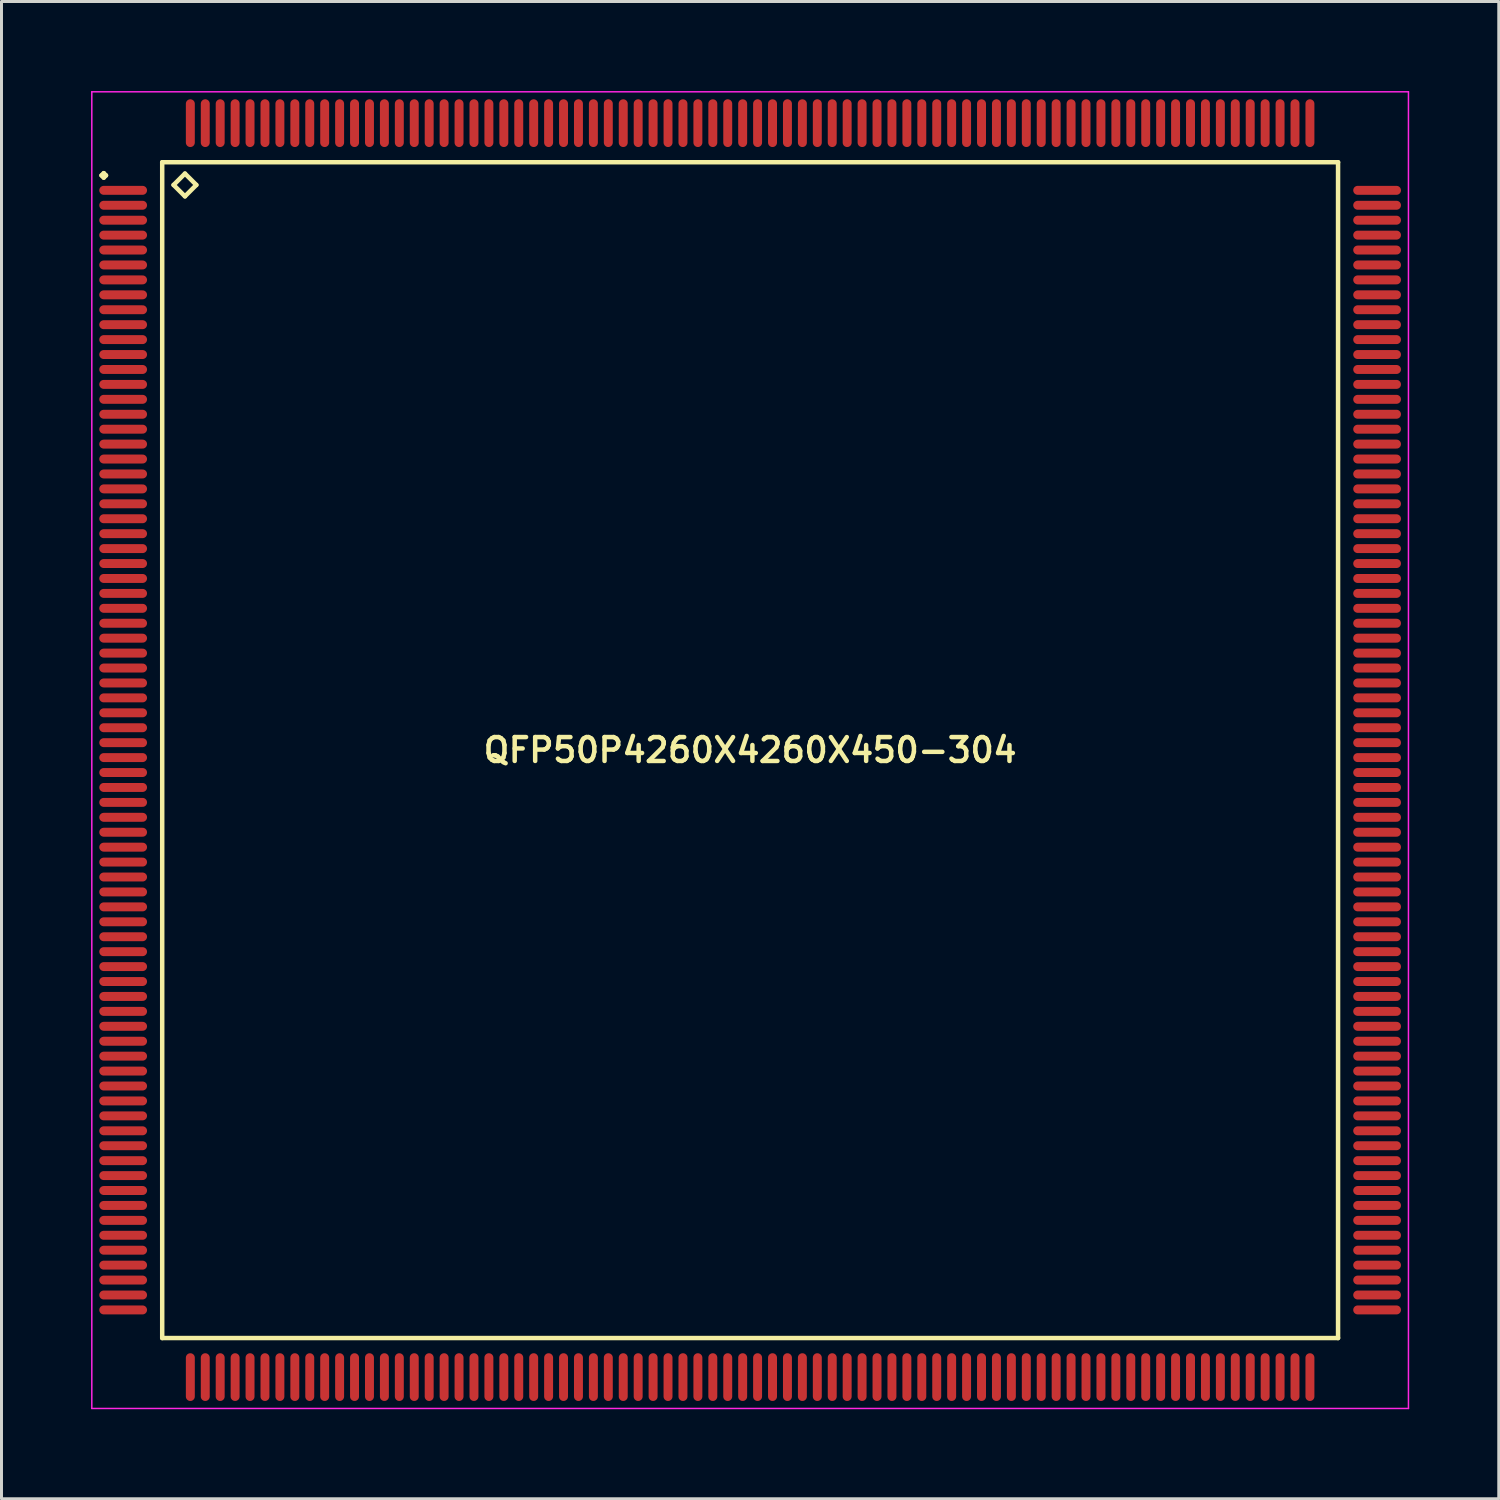
<source format=kicad_pcb>
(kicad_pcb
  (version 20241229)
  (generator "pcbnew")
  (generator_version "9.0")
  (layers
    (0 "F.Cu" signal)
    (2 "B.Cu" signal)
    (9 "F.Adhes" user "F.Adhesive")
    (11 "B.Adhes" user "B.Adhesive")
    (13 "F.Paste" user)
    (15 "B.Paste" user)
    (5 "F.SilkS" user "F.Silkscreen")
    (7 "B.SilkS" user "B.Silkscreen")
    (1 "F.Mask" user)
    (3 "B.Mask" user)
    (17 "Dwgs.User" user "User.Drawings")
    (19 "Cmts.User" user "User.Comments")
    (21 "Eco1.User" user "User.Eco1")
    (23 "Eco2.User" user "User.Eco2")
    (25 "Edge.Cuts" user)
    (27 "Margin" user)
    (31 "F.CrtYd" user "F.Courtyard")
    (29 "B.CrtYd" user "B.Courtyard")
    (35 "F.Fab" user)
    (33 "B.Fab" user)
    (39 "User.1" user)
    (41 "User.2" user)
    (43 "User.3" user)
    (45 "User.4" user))
  (footprint "QFP50P4260X4260X450-304"
    (layer "F.Cu")
    (at 22.075 22.075)
    (property "Reference" "QFP50P4260X4260X450-304" (at 0 0 0) (layer "F.SilkS") (effects (font (size 0.8 0.8) (thickness 0.15))))
    (attr smd)
    (fp_line (start -21.725 -19.25) (end -21.65 -19.325) (stroke (width 0.15) (type solid)) (layer "F.SilkS"))
    (fp_line (start -21.65 -19.325) (end -21.575 -19.25) (stroke (width 0.15) (type solid)) (layer "F.SilkS"))
    (fp_line (start -21.65 -19.175) (end -21.725 -19.25) (stroke (width 0.15) (type solid)) (layer "F.SilkS"))
    (fp_line (start -21.575 -19.25) (end -21.65 -19.175) (stroke (width 0.15) (type solid)) (layer "F.SilkS"))
    (fp_line (start -19.692 -19.692) (end -19.692 19.692) (stroke (width 0.15) (type solid)) (layer "F.SilkS"))
    (fp_line (start -19.692 19.692) (end 19.692 19.692) (stroke (width 0.15) (type solid)) (layer "F.SilkS"))
    (fp_line (start -19.311 -18.93) (end -18.93 -19.311) (stroke (width 0.15) (type solid)) (layer "F.SilkS"))
    (fp_line (start -18.93 -19.311) (end -18.549 -18.93) (stroke (width 0.15) (type solid)) (layer "F.SilkS"))
    (fp_line (start -18.93 -18.549) (end -19.311 -18.93) (stroke (width 0.15) (type solid)) (layer "F.SilkS"))
    (fp_line (start -18.549 -18.93) (end -18.93 -18.549) (stroke (width 0.15) (type solid)) (layer "F.SilkS"))
    (fp_line (start 19.692 -19.692) (end -19.692 -19.692) (stroke (width 0.15) (type solid)) (layer "F.SilkS"))
    (fp_line (start 19.692 19.692) (end 19.692 -19.692) (stroke (width 0.15) (type solid)) (layer "F.SilkS"))
    (fp_line (start -22.05 -22.05) (end 22.05 -22.05) (stroke (width 0.05) (type solid)) (layer "F.CrtYd"))
    (fp_line (start -22.05 22.05) (end -22.05 -22.05) (stroke (width 0.05) (type solid)) (layer "F.CrtYd"))
    (fp_line (start 22.05 -22.05) (end 22.05 22.05) (stroke (width 0.05) (type solid)) (layer "F.CrtYd"))
    (fp_line (start 22.05 22.05) (end -22.05 22.05) (stroke (width 0.05) (type solid)) (layer "F.CrtYd"))
    (pad "1" smd oval (at -21 -18.75) (size 1.6 0.3) (layers "F.Cu" "F.Mask" "F.Paste"))
    (pad "2" smd oval (at -21 -18.25) (size 1.6 0.3) (layers "F.Cu" "F.Mask" "F.Paste"))
    (pad "3" smd oval (at -21 -17.75) (size 1.6 0.3) (layers "F.Cu" "F.Mask" "F.Paste"))
    (pad "4" smd oval (at -21 -17.25) (size 1.6 0.3) (layers "F.Cu" "F.Mask" "F.Paste"))
    (pad "5" smd oval (at -21 -16.75) (size 1.6 0.3) (layers "F.Cu" "F.Mask" "F.Paste"))
    (pad "6" smd oval (at -21 -16.25) (size 1.6 0.3) (layers "F.Cu" "F.Mask" "F.Paste"))
    (pad "7" smd oval (at -21 -15.75) (size 1.6 0.3) (layers "F.Cu" "F.Mask" "F.Paste"))
    (pad "8" smd oval (at -21 -15.25) (size 1.6 0.3) (layers "F.Cu" "F.Mask" "F.Paste"))
    (pad "9" smd oval (at -21 -14.75) (size 1.6 0.3) (layers "F.Cu" "F.Mask" "F.Paste"))
    (pad "10" smd oval (at -21 -14.25) (size 1.6 0.3) (layers "F.Cu" "F.Mask" "F.Paste"))
    (pad "11" smd oval (at -21 -13.75) (size 1.6 0.3) (layers "F.Cu" "F.Mask" "F.Paste"))
    (pad "12" smd oval (at -21 -13.25) (size 1.6 0.3) (layers "F.Cu" "F.Mask" "F.Paste"))
    (pad "13" smd oval (at -21 -12.75) (size 1.6 0.3) (layers "F.Cu" "F.Mask" "F.Paste"))
    (pad "14" smd oval (at -21 -12.25) (size 1.6 0.3) (layers "F.Cu" "F.Mask" "F.Paste"))
    (pad "15" smd oval (at -21 -11.75) (size 1.6 0.3) (layers "F.Cu" "F.Mask" "F.Paste"))
    (pad "16" smd oval (at -21 -11.25) (size 1.6 0.3) (layers "F.Cu" "F.Mask" "F.Paste"))
    (pad "17" smd oval (at -21 -10.75) (size 1.6 0.3) (layers "F.Cu" "F.Mask" "F.Paste"))
    (pad "18" smd oval (at -21 -10.25) (size 1.6 0.3) (layers "F.Cu" "F.Mask" "F.Paste"))
    (pad "19" smd oval (at -21 -9.75) (size 1.6 0.3) (layers "F.Cu" "F.Mask" "F.Paste"))
    (pad "20" smd oval (at -21 -9.25) (size 1.6 0.3) (layers "F.Cu" "F.Mask" "F.Paste"))
    (pad "21" smd oval (at -21 -8.75) (size 1.6 0.3) (layers "F.Cu" "F.Mask" "F.Paste"))
    (pad "22" smd oval (at -21 -8.25) (size 1.6 0.3) (layers "F.Cu" "F.Mask" "F.Paste"))
    (pad "23" smd oval (at -21 -7.75) (size 1.6 0.3) (layers "F.Cu" "F.Mask" "F.Paste"))
    (pad "24" smd oval (at -21 -7.25) (size 1.6 0.3) (layers "F.Cu" "F.Mask" "F.Paste"))
    (pad "25" smd oval (at -21 -6.75) (size 1.6 0.3) (layers "F.Cu" "F.Mask" "F.Paste"))
    (pad "26" smd oval (at -21 -6.25) (size 1.6 0.3) (layers "F.Cu" "F.Mask" "F.Paste"))
    (pad "27" smd oval (at -21 -5.75) (size 1.6 0.3) (layers "F.Cu" "F.Mask" "F.Paste"))
    (pad "28" smd oval (at -21 -5.25) (size 1.6 0.3) (layers "F.Cu" "F.Mask" "F.Paste"))
    (pad "29" smd oval (at -21 -4.75) (size 1.6 0.3) (layers "F.Cu" "F.Mask" "F.Paste"))
    (pad "30" smd oval (at -21 -4.25) (size 1.6 0.3) (layers "F.Cu" "F.Mask" "F.Paste"))
    (pad "31" smd oval (at -21 -3.75) (size 1.6 0.3) (layers "F.Cu" "F.Mask" "F.Paste"))
    (pad "32" smd oval (at -21 -3.25) (size 1.6 0.3) (layers "F.Cu" "F.Mask" "F.Paste"))
    (pad "33" smd oval (at -21 -2.75) (size 1.6 0.3) (layers "F.Cu" "F.Mask" "F.Paste"))
    (pad "34" smd oval (at -21 -2.25) (size 1.6 0.3) (layers "F.Cu" "F.Mask" "F.Paste"))
    (pad "35" smd oval (at -21 -1.75) (size 1.6 0.3) (layers "F.Cu" "F.Mask" "F.Paste"))
    (pad "36" smd oval (at -21 -1.25) (size 1.6 0.3) (layers "F.Cu" "F.Mask" "F.Paste"))
    (pad "37" smd oval (at -21 -0.75) (size 1.6 0.3) (layers "F.Cu" "F.Mask" "F.Paste"))
    (pad "38" smd oval (at -21 -0.25) (size 1.6 0.3) (layers "F.Cu" "F.Mask" "F.Paste"))
    (pad "39" smd oval (at -21 0.25) (size 1.6 0.3) (layers "F.Cu" "F.Mask" "F.Paste"))
    (pad "40" smd oval (at -21 0.75) (size 1.6 0.3) (layers "F.Cu" "F.Mask" "F.Paste"))
    (pad "41" smd oval (at -21 1.25) (size 1.6 0.3) (layers "F.Cu" "F.Mask" "F.Paste"))
    (pad "42" smd oval (at -21 1.75) (size 1.6 0.3) (layers "F.Cu" "F.Mask" "F.Paste"))
    (pad "43" smd oval (at -21 2.25) (size 1.6 0.3) (layers "F.Cu" "F.Mask" "F.Paste"))
    (pad "44" smd oval (at -21 2.75) (size 1.6 0.3) (layers "F.Cu" "F.Mask" "F.Paste"))
    (pad "45" smd oval (at -21 3.25) (size 1.6 0.3) (layers "F.Cu" "F.Mask" "F.Paste"))
    (pad "46" smd oval (at -21 3.75) (size 1.6 0.3) (layers "F.Cu" "F.Mask" "F.Paste"))
    (pad "47" smd oval (at -21 4.25) (size 1.6 0.3) (layers "F.Cu" "F.Mask" "F.Paste"))
    (pad "48" smd oval (at -21 4.75) (size 1.6 0.3) (layers "F.Cu" "F.Mask" "F.Paste"))
    (pad "49" smd oval (at -21 5.25) (size 1.6 0.3) (layers "F.Cu" "F.Mask" "F.Paste"))
    (pad "50" smd oval (at -21 5.75) (size 1.6 0.3) (layers "F.Cu" "F.Mask" "F.Paste"))
    (pad "51" smd oval (at -21 6.25) (size 1.6 0.3) (layers "F.Cu" "F.Mask" "F.Paste"))
    (pad "52" smd oval (at -21 6.75) (size 1.6 0.3) (layers "F.Cu" "F.Mask" "F.Paste"))
    (pad "53" smd oval (at -21 7.25) (size 1.6 0.3) (layers "F.Cu" "F.Mask" "F.Paste"))
    (pad "54" smd oval (at -21 7.75) (size 1.6 0.3) (layers "F.Cu" "F.Mask" "F.Paste"))
    (pad "55" smd oval (at -21 8.25) (size 1.6 0.3) (layers "F.Cu" "F.Mask" "F.Paste"))
    (pad "56" smd oval (at -21 8.75) (size 1.6 0.3) (layers "F.Cu" "F.Mask" "F.Paste"))
    (pad "57" smd oval (at -21 9.25) (size 1.6 0.3) (layers "F.Cu" "F.Mask" "F.Paste"))
    (pad "58" smd oval (at -21 9.75) (size 1.6 0.3) (layers "F.Cu" "F.Mask" "F.Paste"))
    (pad "59" smd oval (at -21 10.25) (size 1.6 0.3) (layers "F.Cu" "F.Mask" "F.Paste"))
    (pad "60" smd oval (at -21 10.75) (size 1.6 0.3) (layers "F.Cu" "F.Mask" "F.Paste"))
    (pad "61" smd oval (at -21 11.25) (size 1.6 0.3) (layers "F.Cu" "F.Mask" "F.Paste"))
    (pad "62" smd oval (at -21 11.75) (size 1.6 0.3) (layers "F.Cu" "F.Mask" "F.Paste"))
    (pad "63" smd oval (at -21 12.25) (size 1.6 0.3) (layers "F.Cu" "F.Mask" "F.Paste"))
    (pad "64" smd oval (at -21 12.75) (size 1.6 0.3) (layers "F.Cu" "F.Mask" "F.Paste"))
    (pad "65" smd oval (at -21 13.25) (size 1.6 0.3) (layers "F.Cu" "F.Mask" "F.Paste"))
    (pad "66" smd oval (at -21 13.75) (size 1.6 0.3) (layers "F.Cu" "F.Mask" "F.Paste"))
    (pad "67" smd oval (at -21 14.25) (size 1.6 0.3) (layers "F.Cu" "F.Mask" "F.Paste"))
    (pad "68" smd oval (at -21 14.75) (size 1.6 0.3) (layers "F.Cu" "F.Mask" "F.Paste"))
    (pad "69" smd oval (at -21 15.25) (size 1.6 0.3) (layers "F.Cu" "F.Mask" "F.Paste"))
    (pad "70" smd oval (at -21 15.75) (size 1.6 0.3) (layers "F.Cu" "F.Mask" "F.Paste"))
    (pad "71" smd oval (at -21 16.25) (size 1.6 0.3) (layers "F.Cu" "F.Mask" "F.Paste"))
    (pad "72" smd oval (at -21 16.75) (size 1.6 0.3) (layers "F.Cu" "F.Mask" "F.Paste"))
    (pad "73" smd oval (at -21 17.25) (size 1.6 0.3) (layers "F.Cu" "F.Mask" "F.Paste"))
    (pad "74" smd oval (at -21 17.75) (size 1.6 0.3) (layers "F.Cu" "F.Mask" "F.Paste"))
    (pad "75" smd oval (at -21 18.25) (size 1.6 0.3) (layers "F.Cu" "F.Mask" "F.Paste"))
    (pad "76" smd oval (at -21 18.75) (size 1.6 0.3) (layers "F.Cu" "F.Mask" "F.Paste"))
    (pad "77" smd oval (at -18.75 21) (size 0.3 1.6) (layers "F.Cu" "F.Mask" "F.Paste"))
    (pad "78" smd oval (at -18.25 21) (size 0.3 1.6) (layers "F.Cu" "F.Mask" "F.Paste"))
    (pad "79" smd oval (at -17.75 21) (size 0.3 1.6) (layers "F.Cu" "F.Mask" "F.Paste"))
    (pad "80" smd oval (at -17.25 21) (size 0.3 1.6) (layers "F.Cu" "F.Mask" "F.Paste"))
    (pad "81" smd oval (at -16.75 21) (size 0.3 1.6) (layers "F.Cu" "F.Mask" "F.Paste"))
    (pad "82" smd oval (at -16.25 21) (size 0.3 1.6) (layers "F.Cu" "F.Mask" "F.Paste"))
    (pad "83" smd oval (at -15.75 21) (size 0.3 1.6) (layers "F.Cu" "F.Mask" "F.Paste"))
    (pad "84" smd oval (at -15.25 21) (size 0.3 1.6) (layers "F.Cu" "F.Mask" "F.Paste"))
    (pad "85" smd oval (at -14.75 21) (size 0.3 1.6) (layers "F.Cu" "F.Mask" "F.Paste"))
    (pad "86" smd oval (at -14.25 21) (size 0.3 1.6) (layers "F.Cu" "F.Mask" "F.Paste"))
    (pad "87" smd oval (at -13.75 21) (size 0.3 1.6) (layers "F.Cu" "F.Mask" "F.Paste"))
    (pad "88" smd oval (at -13.25 21) (size 0.3 1.6) (layers "F.Cu" "F.Mask" "F.Paste"))
    (pad "89" smd oval (at -12.75 21) (size 0.3 1.6) (layers "F.Cu" "F.Mask" "F.Paste"))
    (pad "90" smd oval (at -12.25 21) (size 0.3 1.6) (layers "F.Cu" "F.Mask" "F.Paste"))
    (pad "91" smd oval (at -11.75 21) (size 0.3 1.6) (layers "F.Cu" "F.Mask" "F.Paste"))
    (pad "92" smd oval (at -11.25 21) (size 0.3 1.6) (layers "F.Cu" "F.Mask" "F.Paste"))
    (pad "93" smd oval (at -10.75 21) (size 0.3 1.6) (layers "F.Cu" "F.Mask" "F.Paste"))
    (pad "94" smd oval (at -10.25 21) (size 0.3 1.6) (layers "F.Cu" "F.Mask" "F.Paste"))
    (pad "95" smd oval (at -9.75 21) (size 0.3 1.6) (layers "F.Cu" "F.Mask" "F.Paste"))
    (pad "96" smd oval (at -9.25 21) (size 0.3 1.6) (layers "F.Cu" "F.Mask" "F.Paste"))
    (pad "97" smd oval (at -8.75 21) (size 0.3 1.6) (layers "F.Cu" "F.Mask" "F.Paste"))
    (pad "98" smd oval (at -8.25 21) (size 0.3 1.6) (layers "F.Cu" "F.Mask" "F.Paste"))
    (pad "99" smd oval (at -7.75 21) (size 0.3 1.6) (layers "F.Cu" "F.Mask" "F.Paste"))
    (pad "100" smd oval (at -7.25 21) (size 0.3 1.6) (layers "F.Cu" "F.Mask" "F.Paste"))
    (pad "101" smd oval (at -6.75 21) (size 0.3 1.6) (layers "F.Cu" "F.Mask" "F.Paste"))
    (pad "102" smd oval (at -6.25 21) (size 0.3 1.6) (layers "F.Cu" "F.Mask" "F.Paste"))
    (pad "103" smd oval (at -5.75 21) (size 0.3 1.6) (layers "F.Cu" "F.Mask" "F.Paste"))
    (pad "104" smd oval (at -5.25 21) (size 0.3 1.6) (layers "F.Cu" "F.Mask" "F.Paste"))
    (pad "105" smd oval (at -4.75 21) (size 0.3 1.6) (layers "F.Cu" "F.Mask" "F.Paste"))
    (pad "106" smd oval (at -4.25 21) (size 0.3 1.6) (layers "F.Cu" "F.Mask" "F.Paste"))
    (pad "107" smd oval (at -3.75 21) (size 0.3 1.6) (layers "F.Cu" "F.Mask" "F.Paste"))
    (pad "108" smd oval (at -3.25 21) (size 0.3 1.6) (layers "F.Cu" "F.Mask" "F.Paste"))
    (pad "109" smd oval (at -2.75 21) (size 0.3 1.6) (layers "F.Cu" "F.Mask" "F.Paste"))
    (pad "110" smd oval (at -2.25 21) (size 0.3 1.6) (layers "F.Cu" "F.Mask" "F.Paste"))
    (pad "111" smd oval (at -1.75 21) (size 0.3 1.6) (layers "F.Cu" "F.Mask" "F.Paste"))
    (pad "112" smd oval (at -1.25 21) (size 0.3 1.6) (layers "F.Cu" "F.Mask" "F.Paste"))
    (pad "113" smd oval (at -0.75 21) (size 0.3 1.6) (layers "F.Cu" "F.Mask" "F.Paste"))
    (pad "114" smd oval (at -0.25 21) (size 0.3 1.6) (layers "F.Cu" "F.Mask" "F.Paste"))
    (pad "115" smd oval (at 0.25 21) (size 0.3 1.6) (layers "F.Cu" "F.Mask" "F.Paste"))
    (pad "116" smd oval (at 0.75 21) (size 0.3 1.6) (layers "F.Cu" "F.Mask" "F.Paste"))
    (pad "117" smd oval (at 1.25 21) (size 0.3 1.6) (layers "F.Cu" "F.Mask" "F.Paste"))
    (pad "118" smd oval (at 1.75 21) (size 0.3 1.6) (layers "F.Cu" "F.Mask" "F.Paste"))
    (pad "119" smd oval (at 2.25 21) (size 0.3 1.6) (layers "F.Cu" "F.Mask" "F.Paste"))
    (pad "120" smd oval (at 2.75 21) (size 0.3 1.6) (layers "F.Cu" "F.Mask" "F.Paste"))
    (pad "121" smd oval (at 3.25 21) (size 0.3 1.6) (layers "F.Cu" "F.Mask" "F.Paste"))
    (pad "122" smd oval (at 3.75 21) (size 0.3 1.6) (layers "F.Cu" "F.Mask" "F.Paste"))
    (pad "123" smd oval (at 4.25 21) (size 0.3 1.6) (layers "F.Cu" "F.Mask" "F.Paste"))
    (pad "124" smd oval (at 4.75 21) (size 0.3 1.6) (layers "F.Cu" "F.Mask" "F.Paste"))
    (pad "125" smd oval (at 5.25 21) (size 0.3 1.6) (layers "F.Cu" "F.Mask" "F.Paste"))
    (pad "126" smd oval (at 5.75 21) (size 0.3 1.6) (layers "F.Cu" "F.Mask" "F.Paste"))
    (pad "127" smd oval (at 6.25 21) (size 0.3 1.6) (layers "F.Cu" "F.Mask" "F.Paste"))
    (pad "128" smd oval (at 6.75 21) (size 0.3 1.6) (layers "F.Cu" "F.Mask" "F.Paste"))
    (pad "129" smd oval (at 7.25 21) (size 0.3 1.6) (layers "F.Cu" "F.Mask" "F.Paste"))
    (pad "130" smd oval (at 7.75 21) (size 0.3 1.6) (layers "F.Cu" "F.Mask" "F.Paste"))
    (pad "131" smd oval (at 8.25 21) (size 0.3 1.6) (layers "F.Cu" "F.Mask" "F.Paste"))
    (pad "132" smd oval (at 8.75 21) (size 0.3 1.6) (layers "F.Cu" "F.Mask" "F.Paste"))
    (pad "133" smd oval (at 9.25 21) (size 0.3 1.6) (layers "F.Cu" "F.Mask" "F.Paste"))
    (pad "134" smd oval (at 9.75 21) (size 0.3 1.6) (layers "F.Cu" "F.Mask" "F.Paste"))
    (pad "135" smd oval (at 10.25 21) (size 0.3 1.6) (layers "F.Cu" "F.Mask" "F.Paste"))
    (pad "136" smd oval (at 10.75 21) (size 0.3 1.6) (layers "F.Cu" "F.Mask" "F.Paste"))
    (pad "137" smd oval (at 11.25 21) (size 0.3 1.6) (layers "F.Cu" "F.Mask" "F.Paste"))
    (pad "138" smd oval (at 11.75 21) (size 0.3 1.6) (layers "F.Cu" "F.Mask" "F.Paste"))
    (pad "139" smd oval (at 12.25 21) (size 0.3 1.6) (layers "F.Cu" "F.Mask" "F.Paste"))
    (pad "140" smd oval (at 12.75 21) (size 0.3 1.6) (layers "F.Cu" "F.Mask" "F.Paste"))
    (pad "141" smd oval (at 13.25 21) (size 0.3 1.6) (layers "F.Cu" "F.Mask" "F.Paste"))
    (pad "142" smd oval (at 13.75 21) (size 0.3 1.6) (layers "F.Cu" "F.Mask" "F.Paste"))
    (pad "143" smd oval (at 14.25 21) (size 0.3 1.6) (layers "F.Cu" "F.Mask" "F.Paste"))
    (pad "144" smd oval (at 14.75 21) (size 0.3 1.6) (layers "F.Cu" "F.Mask" "F.Paste"))
    (pad "145" smd oval (at 15.25 21) (size 0.3 1.6) (layers "F.Cu" "F.Mask" "F.Paste"))
    (pad "146" smd oval (at 15.75 21) (size 0.3 1.6) (layers "F.Cu" "F.Mask" "F.Paste"))
    (pad "147" smd oval (at 16.25 21) (size 0.3 1.6) (layers "F.Cu" "F.Mask" "F.Paste"))
    (pad "148" smd oval (at 16.75 21) (size 0.3 1.6) (layers "F.Cu" "F.Mask" "F.Paste"))
    (pad "149" smd oval (at 17.25 21) (size 0.3 1.6) (layers "F.Cu" "F.Mask" "F.Paste"))
    (pad "150" smd oval (at 17.75 21) (size 0.3 1.6) (layers "F.Cu" "F.Mask" "F.Paste"))
    (pad "151" smd oval (at 18.25 21) (size 0.3 1.6) (layers "F.Cu" "F.Mask" "F.Paste"))
    (pad "152" smd oval (at 18.75 21) (size 0.3 1.6) (layers "F.Cu" "F.Mask" "F.Paste"))
    (pad "153" smd oval (at 21 18.75) (size 1.6 0.3) (layers "F.Cu" "F.Mask" "F.Paste"))
    (pad "154" smd oval (at 21 18.25) (size 1.6 0.3) (layers "F.Cu" "F.Mask" "F.Paste"))
    (pad "155" smd oval (at 21 17.75) (size 1.6 0.3) (layers "F.Cu" "F.Mask" "F.Paste"))
    (pad "156" smd oval (at 21 17.25) (size 1.6 0.3) (layers "F.Cu" "F.Mask" "F.Paste"))
    (pad "157" smd oval (at 21 16.75) (size 1.6 0.3) (layers "F.Cu" "F.Mask" "F.Paste"))
    (pad "158" smd oval (at 21 16.25) (size 1.6 0.3) (layers "F.Cu" "F.Mask" "F.Paste"))
    (pad "159" smd oval (at 21 15.75) (size 1.6 0.3) (layers "F.Cu" "F.Mask" "F.Paste"))
    (pad "160" smd oval (at 21 15.25) (size 1.6 0.3) (layers "F.Cu" "F.Mask" "F.Paste"))
    (pad "161" smd oval (at 21 14.75) (size 1.6 0.3) (layers "F.Cu" "F.Mask" "F.Paste"))
    (pad "162" smd oval (at 21 14.25) (size 1.6 0.3) (layers "F.Cu" "F.Mask" "F.Paste"))
    (pad "163" smd oval (at 21 13.75) (size 1.6 0.3) (layers "F.Cu" "F.Mask" "F.Paste"))
    (pad "164" smd oval (at 21 13.25) (size 1.6 0.3) (layers "F.Cu" "F.Mask" "F.Paste"))
    (pad "165" smd oval (at 21 12.75) (size 1.6 0.3) (layers "F.Cu" "F.Mask" "F.Paste"))
    (pad "166" smd oval (at 21 12.25) (size 1.6 0.3) (layers "F.Cu" "F.Mask" "F.Paste"))
    (pad "167" smd oval (at 21 11.75) (size 1.6 0.3) (layers "F.Cu" "F.Mask" "F.Paste"))
    (pad "168" smd oval (at 21 11.25) (size 1.6 0.3) (layers "F.Cu" "F.Mask" "F.Paste"))
    (pad "169" smd oval (at 21 10.75) (size 1.6 0.3) (layers "F.Cu" "F.Mask" "F.Paste"))
    (pad "170" smd oval (at 21 10.25) (size 1.6 0.3) (layers "F.Cu" "F.Mask" "F.Paste"))
    (pad "171" smd oval (at 21 9.75) (size 1.6 0.3) (layers "F.Cu" "F.Mask" "F.Paste"))
    (pad "172" smd oval (at 21 9.25) (size 1.6 0.3) (layers "F.Cu" "F.Mask" "F.Paste"))
    (pad "173" smd oval (at 21 8.75) (size 1.6 0.3) (layers "F.Cu" "F.Mask" "F.Paste"))
    (pad "174" smd oval (at 21 8.25) (size 1.6 0.3) (layers "F.Cu" "F.Mask" "F.Paste"))
    (pad "175" smd oval (at 21 7.75) (size 1.6 0.3) (layers "F.Cu" "F.Mask" "F.Paste"))
    (pad "176" smd oval (at 21 7.25) (size 1.6 0.3) (layers "F.Cu" "F.Mask" "F.Paste"))
    (pad "177" smd oval (at 21 6.75) (size 1.6 0.3) (layers "F.Cu" "F.Mask" "F.Paste"))
    (pad "178" smd oval (at 21 6.25) (size 1.6 0.3) (layers "F.Cu" "F.Mask" "F.Paste"))
    (pad "179" smd oval (at 21 5.75) (size 1.6 0.3) (layers "F.Cu" "F.Mask" "F.Paste"))
    (pad "180" smd oval (at 21 5.25) (size 1.6 0.3) (layers "F.Cu" "F.Mask" "F.Paste"))
    (pad "181" smd oval (at 21 4.75) (size 1.6 0.3) (layers "F.Cu" "F.Mask" "F.Paste"))
    (pad "182" smd oval (at 21 4.25) (size 1.6 0.3) (layers "F.Cu" "F.Mask" "F.Paste"))
    (pad "183" smd oval (at 21 3.75) (size 1.6 0.3) (layers "F.Cu" "F.Mask" "F.Paste"))
    (pad "184" smd oval (at 21 3.25) (size 1.6 0.3) (layers "F.Cu" "F.Mask" "F.Paste"))
    (pad "185" smd oval (at 21 2.75) (size 1.6 0.3) (layers "F.Cu" "F.Mask" "F.Paste"))
    (pad "186" smd oval (at 21 2.25) (size 1.6 0.3) (layers "F.Cu" "F.Mask" "F.Paste"))
    (pad "187" smd oval (at 21 1.75) (size 1.6 0.3) (layers "F.Cu" "F.Mask" "F.Paste"))
    (pad "188" smd oval (at 21 1.25) (size 1.6 0.3) (layers "F.Cu" "F.Mask" "F.Paste"))
    (pad "189" smd oval (at 21 0.75) (size 1.6 0.3) (layers "F.Cu" "F.Mask" "F.Paste"))
    (pad "190" smd oval (at 21 0.25) (size 1.6 0.3) (layers "F.Cu" "F.Mask" "F.Paste"))
    (pad "191" smd oval (at 21 -0.25) (size 1.6 0.3) (layers "F.Cu" "F.Mask" "F.Paste"))
    (pad "192" smd oval (at 21 -0.75) (size 1.6 0.3) (layers "F.Cu" "F.Mask" "F.Paste"))
    (pad "193" smd oval (at 21 -1.25) (size 1.6 0.3) (layers "F.Cu" "F.Mask" "F.Paste"))
    (pad "194" smd oval (at 21 -1.75) (size 1.6 0.3) (layers "F.Cu" "F.Mask" "F.Paste"))
    (pad "195" smd oval (at 21 -2.25) (size 1.6 0.3) (layers "F.Cu" "F.Mask" "F.Paste"))
    (pad "196" smd oval (at 21 -2.75) (size 1.6 0.3) (layers "F.Cu" "F.Mask" "F.Paste"))
    (pad "197" smd oval (at 21 -3.25) (size 1.6 0.3) (layers "F.Cu" "F.Mask" "F.Paste"))
    (pad "198" smd oval (at 21 -3.75) (size 1.6 0.3) (layers "F.Cu" "F.Mask" "F.Paste"))
    (pad "199" smd oval (at 21 -4.25) (size 1.6 0.3) (layers "F.Cu" "F.Mask" "F.Paste"))
    (pad "200" smd oval (at 21 -4.75) (size 1.6 0.3) (layers "F.Cu" "F.Mask" "F.Paste"))
    (pad "201" smd oval (at 21 -5.25) (size 1.6 0.3) (layers "F.Cu" "F.Mask" "F.Paste"))
    (pad "202" smd oval (at 21 -5.75) (size 1.6 0.3) (layers "F.Cu" "F.Mask" "F.Paste"))
    (pad "203" smd oval (at 21 -6.25) (size 1.6 0.3) (layers "F.Cu" "F.Mask" "F.Paste"))
    (pad "204" smd oval (at 21 -6.75) (size 1.6 0.3) (layers "F.Cu" "F.Mask" "F.Paste"))
    (pad "205" smd oval (at 21 -7.25) (size 1.6 0.3) (layers "F.Cu" "F.Mask" "F.Paste"))
    (pad "206" smd oval (at 21 -7.75) (size 1.6 0.3) (layers "F.Cu" "F.Mask" "F.Paste"))
    (pad "207" smd oval (at 21 -8.25) (size 1.6 0.3) (layers "F.Cu" "F.Mask" "F.Paste"))
    (pad "208" smd oval (at 21 -8.75) (size 1.6 0.3) (layers "F.Cu" "F.Mask" "F.Paste"))
    (pad "209" smd oval (at 21 -9.25) (size 1.6 0.3) (layers "F.Cu" "F.Mask" "F.Paste"))
    (pad "210" smd oval (at 21 -9.75) (size 1.6 0.3) (layers "F.Cu" "F.Mask" "F.Paste"))
    (pad "211" smd oval (at 21 -10.25) (size 1.6 0.3) (layers "F.Cu" "F.Mask" "F.Paste"))
    (pad "212" smd oval (at 21 -10.75) (size 1.6 0.3) (layers "F.Cu" "F.Mask" "F.Paste"))
    (pad "213" smd oval (at 21 -11.25) (size 1.6 0.3) (layers "F.Cu" "F.Mask" "F.Paste"))
    (pad "214" smd oval (at 21 -11.75) (size 1.6 0.3) (layers "F.Cu" "F.Mask" "F.Paste"))
    (pad "215" smd oval (at 21 -12.25) (size 1.6 0.3) (layers "F.Cu" "F.Mask" "F.Paste"))
    (pad "216" smd oval (at 21 -12.75) (size 1.6 0.3) (layers "F.Cu" "F.Mask" "F.Paste"))
    (pad "217" smd oval (at 21 -13.25) (size 1.6 0.3) (layers "F.Cu" "F.Mask" "F.Paste"))
    (pad "218" smd oval (at 21 -13.75) (size 1.6 0.3) (layers "F.Cu" "F.Mask" "F.Paste"))
    (pad "219" smd oval (at 21 -14.25) (size 1.6 0.3) (layers "F.Cu" "F.Mask" "F.Paste"))
    (pad "220" smd oval (at 21 -14.75) (size 1.6 0.3) (layers "F.Cu" "F.Mask" "F.Paste"))
    (pad "221" smd oval (at 21 -15.25) (size 1.6 0.3) (layers "F.Cu" "F.Mask" "F.Paste"))
    (pad "222" smd oval (at 21 -15.75) (size 1.6 0.3) (layers "F.Cu" "F.Mask" "F.Paste"))
    (pad "223" smd oval (at 21 -16.25) (size 1.6 0.3) (layers "F.Cu" "F.Mask" "F.Paste"))
    (pad "224" smd oval (at 21 -16.75) (size 1.6 0.3) (layers "F.Cu" "F.Mask" "F.Paste"))
    (pad "225" smd oval (at 21 -17.25) (size 1.6 0.3) (layers "F.Cu" "F.Mask" "F.Paste"))
    (pad "226" smd oval (at 21 -17.75) (size 1.6 0.3) (layers "F.Cu" "F.Mask" "F.Paste"))
    (pad "227" smd oval (at 21 -18.25) (size 1.6 0.3) (layers "F.Cu" "F.Mask" "F.Paste"))
    (pad "228" smd oval (at 21 -18.75) (size 1.6 0.3) (layers "F.Cu" "F.Mask" "F.Paste"))
    (pad "229" smd oval (at 18.75 -21) (size 0.3 1.6) (layers "F.Cu" "F.Mask" "F.Paste"))
    (pad "230" smd oval (at 18.25 -21) (size 0.3 1.6) (layers "F.Cu" "F.Mask" "F.Paste"))
    (pad "231" smd oval (at 17.75 -21) (size 0.3 1.6) (layers "F.Cu" "F.Mask" "F.Paste"))
    (pad "232" smd oval (at 17.25 -21) (size 0.3 1.6) (layers "F.Cu" "F.Mask" "F.Paste"))
    (pad "233" smd oval (at 16.75 -21) (size 0.3 1.6) (layers "F.Cu" "F.Mask" "F.Paste"))
    (pad "234" smd oval (at 16.25 -21) (size 0.3 1.6) (layers "F.Cu" "F.Mask" "F.Paste"))
    (pad "235" smd oval (at 15.75 -21) (size 0.3 1.6) (layers "F.Cu" "F.Mask" "F.Paste"))
    (pad "236" smd oval (at 15.25 -21) (size 0.3 1.6) (layers "F.Cu" "F.Mask" "F.Paste"))
    (pad "237" smd oval (at 14.75 -21) (size 0.3 1.6) (layers "F.Cu" "F.Mask" "F.Paste"))
    (pad "238" smd oval (at 14.25 -21) (size 0.3 1.6) (layers "F.Cu" "F.Mask" "F.Paste"))
    (pad "239" smd oval (at 13.75 -21) (size 0.3 1.6) (layers "F.Cu" "F.Mask" "F.Paste"))
    (pad "240" smd oval (at 13.25 -21) (size 0.3 1.6) (layers "F.Cu" "F.Mask" "F.Paste"))
    (pad "241" smd oval (at 12.75 -21) (size 0.3 1.6) (layers "F.Cu" "F.Mask" "F.Paste"))
    (pad "242" smd oval (at 12.25 -21) (size 0.3 1.6) (layers "F.Cu" "F.Mask" "F.Paste"))
    (pad "243" smd oval (at 11.75 -21) (size 0.3 1.6) (layers "F.Cu" "F.Mask" "F.Paste"))
    (pad "244" smd oval (at 11.25 -21) (size 0.3 1.6) (layers "F.Cu" "F.Mask" "F.Paste"))
    (pad "245" smd oval (at 10.75 -21) (size 0.3 1.6) (layers "F.Cu" "F.Mask" "F.Paste"))
    (pad "246" smd oval (at 10.25 -21) (size 0.3 1.6) (layers "F.Cu" "F.Mask" "F.Paste"))
    (pad "247" smd oval (at 9.75 -21) (size 0.3 1.6) (layers "F.Cu" "F.Mask" "F.Paste"))
    (pad "248" smd oval (at 9.25 -21) (size 0.3 1.6) (layers "F.Cu" "F.Mask" "F.Paste"))
    (pad "249" smd oval (at 8.75 -21) (size 0.3 1.6) (layers "F.Cu" "F.Mask" "F.Paste"))
    (pad "250" smd oval (at 8.25 -21) (size 0.3 1.6) (layers "F.Cu" "F.Mask" "F.Paste"))
    (pad "251" smd oval (at 7.75 -21) (size 0.3 1.6) (layers "F.Cu" "F.Mask" "F.Paste"))
    (pad "252" smd oval (at 7.25 -21) (size 0.3 1.6) (layers "F.Cu" "F.Mask" "F.Paste"))
    (pad "253" smd oval (at 6.75 -21) (size 0.3 1.6) (layers "F.Cu" "F.Mask" "F.Paste"))
    (pad "254" smd oval (at 6.25 -21) (size 0.3 1.6) (layers "F.Cu" "F.Mask" "F.Paste"))
    (pad "255" smd oval (at 5.75 -21) (size 0.3 1.6) (layers "F.Cu" "F.Mask" "F.Paste"))
    (pad "256" smd oval (at 5.25 -21) (size 0.3 1.6) (layers "F.Cu" "F.Mask" "F.Paste"))
    (pad "257" smd oval (at 4.75 -21) (size 0.3 1.6) (layers "F.Cu" "F.Mask" "F.Paste"))
    (pad "258" smd oval (at 4.25 -21) (size 0.3 1.6) (layers "F.Cu" "F.Mask" "F.Paste"))
    (pad "259" smd oval (at 3.75 -21) (size 0.3 1.6) (layers "F.Cu" "F.Mask" "F.Paste"))
    (pad "260" smd oval (at 3.25 -21) (size 0.3 1.6) (layers "F.Cu" "F.Mask" "F.Paste"))
    (pad "261" smd oval (at 2.75 -21) (size 0.3 1.6) (layers "F.Cu" "F.Mask" "F.Paste"))
    (pad "262" smd oval (at 2.25 -21) (size 0.3 1.6) (layers "F.Cu" "F.Mask" "F.Paste"))
    (pad "263" smd oval (at 1.75 -21) (size 0.3 1.6) (layers "F.Cu" "F.Mask" "F.Paste"))
    (pad "264" smd oval (at 1.25 -21) (size 0.3 1.6) (layers "F.Cu" "F.Mask" "F.Paste"))
    (pad "265" smd oval (at 0.75 -21) (size 0.3 1.6) (layers "F.Cu" "F.Mask" "F.Paste"))
    (pad "266" smd oval (at 0.25 -21) (size 0.3 1.6) (layers "F.Cu" "F.Mask" "F.Paste"))
    (pad "267" smd oval (at -0.25 -21) (size 0.3 1.6) (layers "F.Cu" "F.Mask" "F.Paste"))
    (pad "268" smd oval (at -0.75 -21) (size 0.3 1.6) (layers "F.Cu" "F.Mask" "F.Paste"))
    (pad "269" smd oval (at -1.25 -21) (size 0.3 1.6) (layers "F.Cu" "F.Mask" "F.Paste"))
    (pad "270" smd oval (at -1.75 -21) (size 0.3 1.6) (layers "F.Cu" "F.Mask" "F.Paste"))
    (pad "271" smd oval (at -2.25 -21) (size 0.3 1.6) (layers "F.Cu" "F.Mask" "F.Paste"))
    (pad "272" smd oval (at -2.75 -21) (size 0.3 1.6) (layers "F.Cu" "F.Mask" "F.Paste"))
    (pad "273" smd oval (at -3.25 -21) (size 0.3 1.6) (layers "F.Cu" "F.Mask" "F.Paste"))
    (pad "274" smd oval (at -3.75 -21) (size 0.3 1.6) (layers "F.Cu" "F.Mask" "F.Paste"))
    (pad "275" smd oval (at -4.25 -21) (size 0.3 1.6) (layers "F.Cu" "F.Mask" "F.Paste"))
    (pad "276" smd oval (at -4.75 -21) (size 0.3 1.6) (layers "F.Cu" "F.Mask" "F.Paste"))
    (pad "277" smd oval (at -5.25 -21) (size 0.3 1.6) (layers "F.Cu" "F.Mask" "F.Paste"))
    (pad "278" smd oval (at -5.75 -21) (size 0.3 1.6) (layers "F.Cu" "F.Mask" "F.Paste"))
    (pad "279" smd oval (at -6.25 -21) (size 0.3 1.6) (layers "F.Cu" "F.Mask" "F.Paste"))
    (pad "280" smd oval (at -6.75 -21) (size 0.3 1.6) (layers "F.Cu" "F.Mask" "F.Paste"))
    (pad "281" smd oval (at -7.25 -21) (size 0.3 1.6) (layers "F.Cu" "F.Mask" "F.Paste"))
    (pad "282" smd oval (at -7.75 -21) (size 0.3 1.6) (layers "F.Cu" "F.Mask" "F.Paste"))
    (pad "283" smd oval (at -8.25 -21) (size 0.3 1.6) (layers "F.Cu" "F.Mask" "F.Paste"))
    (pad "284" smd oval (at -8.75 -21) (size 0.3 1.6) (layers "F.Cu" "F.Mask" "F.Paste"))
    (pad "285" smd oval (at -9.25 -21) (size 0.3 1.6) (layers "F.Cu" "F.Mask" "F.Paste"))
    (pad "286" smd oval (at -9.75 -21) (size 0.3 1.6) (layers "F.Cu" "F.Mask" "F.Paste"))
    (pad "287" smd oval (at -10.25 -21) (size 0.3 1.6) (layers "F.Cu" "F.Mask" "F.Paste"))
    (pad "288" smd oval (at -10.75 -21) (size 0.3 1.6) (layers "F.Cu" "F.Mask" "F.Paste"))
    (pad "289" smd oval (at -11.25 -21) (size 0.3 1.6) (layers "F.Cu" "F.Mask" "F.Paste"))
    (pad "290" smd oval (at -11.75 -21) (size 0.3 1.6) (layers "F.Cu" "F.Mask" "F.Paste"))
    (pad "291" smd oval (at -12.25 -21) (size 0.3 1.6) (layers "F.Cu" "F.Mask" "F.Paste"))
    (pad "292" smd oval (at -12.75 -21) (size 0.3 1.6) (layers "F.Cu" "F.Mask" "F.Paste"))
    (pad "293" smd oval (at -13.25 -21) (size 0.3 1.6) (layers "F.Cu" "F.Mask" "F.Paste"))
    (pad "294" smd oval (at -13.75 -21) (size 0.3 1.6) (layers "F.Cu" "F.Mask" "F.Paste"))
    (pad "295" smd oval (at -14.25 -21) (size 0.3 1.6) (layers "F.Cu" "F.Mask" "F.Paste"))
    (pad "296" smd oval (at -14.75 -21) (size 0.3 1.6) (layers "F.Cu" "F.Mask" "F.Paste"))
    (pad "297" smd oval (at -15.25 -21) (size 0.3 1.6) (layers "F.Cu" "F.Mask" "F.Paste"))
    (pad "298" smd oval (at -15.75 -21) (size 0.3 1.6) (layers "F.Cu" "F.Mask" "F.Paste"))
    (pad "299" smd oval (at -16.25 -21) (size 0.3 1.6) (layers "F.Cu" "F.Mask" "F.Paste"))
    (pad "300" smd oval (at -16.75 -21) (size 0.3 1.6) (layers "F.Cu" "F.Mask" "F.Paste"))
    (pad "301" smd oval (at -17.25 -21) (size 0.3 1.6) (layers "F.Cu" "F.Mask" "F.Paste"))
    (pad "302" smd oval (at -17.75 -21) (size 0.3 1.6) (layers "F.Cu" "F.Mask" "F.Paste"))
    (pad "303" smd oval (at -18.25 -21) (size 0.3 1.6) (layers "F.Cu" "F.Mask" "F.Paste"))
    (pad "304" smd oval (at -18.75 -21) (size 0.3 1.6) (layers "F.Cu" "F.Mask" "F.Paste")))
  (gr_rect
    (start -3 -3)
    (end 47.15 47.15)
    (stroke (width 0.1) (type default))
    (fill no)
    (layer "Edge.Cuts")))
</source>
